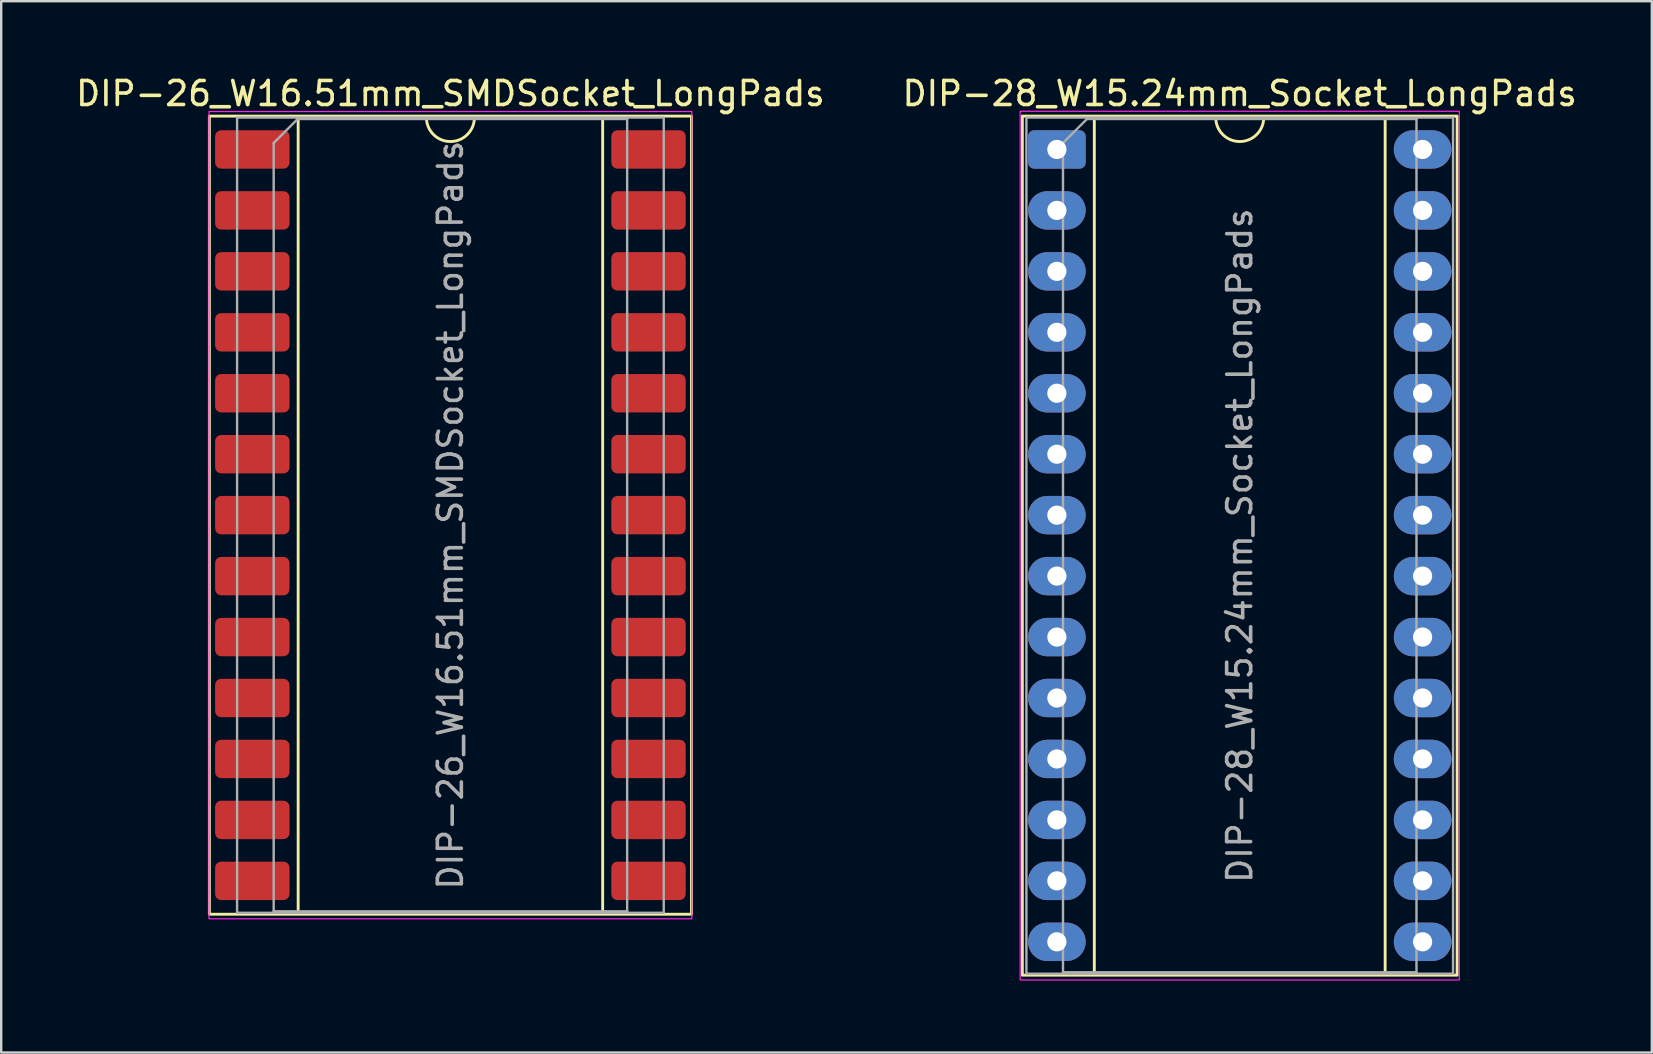
<source format=kicad_pcb>
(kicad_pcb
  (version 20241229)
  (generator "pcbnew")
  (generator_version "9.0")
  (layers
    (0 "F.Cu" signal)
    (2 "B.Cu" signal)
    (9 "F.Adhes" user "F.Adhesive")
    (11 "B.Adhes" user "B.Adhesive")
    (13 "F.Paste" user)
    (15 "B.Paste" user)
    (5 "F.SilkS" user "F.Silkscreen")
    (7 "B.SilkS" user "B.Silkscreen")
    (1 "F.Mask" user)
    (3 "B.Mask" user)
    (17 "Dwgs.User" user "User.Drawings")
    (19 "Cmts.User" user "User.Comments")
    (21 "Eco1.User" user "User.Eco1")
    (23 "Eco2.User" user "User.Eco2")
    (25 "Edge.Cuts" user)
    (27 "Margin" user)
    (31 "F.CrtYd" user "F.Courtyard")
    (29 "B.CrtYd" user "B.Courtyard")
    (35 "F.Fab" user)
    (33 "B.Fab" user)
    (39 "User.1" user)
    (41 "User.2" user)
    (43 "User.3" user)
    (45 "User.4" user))
  (footprint "DIP-28_W15.24mm_Socket_LongPads"
    (layer "F.Cu")
    (at 40.993 3.178)
    (property "Reference" "DIP-28_W15.24mm_Socket_LongPads" (at 7.62 -2.33 0) (layer "F.SilkS") (effects (font (size 1 1) (thickness 0.15))))
    (attr through_hole)
    (fp_line (start 1.56 -1.33) (end 1.56 34.35) (stroke (width 0.12) (type solid)) (layer "F.SilkS"))
    (fp_line (start 1.56 34.35) (end 13.68 34.35) (stroke (width 0.12) (type solid)) (layer "F.SilkS"))
    (fp_line (start 6.62 -1.33) (end 1.56 -1.33) (stroke (width 0.12) (type solid)) (layer "F.SilkS"))
    (fp_line (start 13.68 -1.33) (end 8.62 -1.33) (stroke (width 0.12) (type solid)) (layer "F.SilkS"))
    (fp_line (start 13.68 34.35) (end 13.68 -1.33) (stroke (width 0.12) (type solid)) (layer "F.SilkS"))
    (fp_rect (start -1.44 -1.39) (end 16.68 34.41) (stroke (width 0.12) (type solid)) (fill no) (layer "F.SilkS"))
    (fp_arc (start 8.62 -1.33) (mid 7.62 -0.33) (end 6.62 -1.33) (stroke (width 0.12) (type solid)) (layer "F.SilkS"))
    (fp_rect (start -1.53 -1.59) (end 16.77 34.61) (stroke (width 0.05) (type solid)) (fill no) (layer "F.CrtYd"))
    (fp_line (start 0.255 -0.27) (end 1.255 -1.27) (stroke (width 0.1) (type solid)) (layer "F.Fab"))
    (fp_line (start 0.255 34.29) (end 0.255 -0.27) (stroke (width 0.1) (type solid)) (layer "F.Fab"))
    (fp_line (start 1.255 -1.27) (end 14.985 -1.27) (stroke (width 0.1) (type solid)) (layer "F.Fab"))
    (fp_line (start 14.985 -1.27) (end 14.985 34.29) (stroke (width 0.1) (type solid)) (layer "F.Fab"))
    (fp_line (start 14.985 34.29) (end 0.255 34.29) (stroke (width 0.1) (type solid)) (layer "F.Fab"))
    (fp_rect (start -1.27 -1.33) (end 16.51 34.35) (stroke (width 0.1) (type solid)) (fill no) (layer "F.Fab"))
    (fp_text user "${REFERENCE}" (at 7.62 16.51 90) (layer "F.Fab") (effects (font (size 1 1) (thickness 0.15))))
    (pad "1" thru_hole roundrect (at 0 0) (size 2.4 1.6) (drill 0.8) (layers "*.Cu" "*.Mask") (roundrect_rratio 0.156))
    (pad "2" thru_hole oval (at 0 2.54) (size 2.4 1.6) (drill 0.8) (layers "*.Cu" "*.Mask"))
    (pad "3" thru_hole oval (at 0 5.08) (size 2.4 1.6) (drill 0.8) (layers "*.Cu" "*.Mask"))
    (pad "4" thru_hole oval (at 0 7.62) (size 2.4 1.6) (drill 0.8) (layers "*.Cu" "*.Mask"))
    (pad "5" thru_hole oval (at 0 10.16) (size 2.4 1.6) (drill 0.8) (layers "*.Cu" "*.Mask"))
    (pad "6" thru_hole oval (at 0 12.7) (size 2.4 1.6) (drill 0.8) (layers "*.Cu" "*.Mask"))
    (pad "7" thru_hole oval (at 0 15.24) (size 2.4 1.6) (drill 0.8) (layers "*.Cu" "*.Mask"))
    (pad "8" thru_hole oval (at 0 17.78) (size 2.4 1.6) (drill 0.8) (layers "*.Cu" "*.Mask"))
    (pad "9" thru_hole oval (at 0 20.32) (size 2.4 1.6) (drill 0.8) (layers "*.Cu" "*.Mask"))
    (pad "10" thru_hole oval (at 0 22.86) (size 2.4 1.6) (drill 0.8) (layers "*.Cu" "*.Mask"))
    (pad "11" thru_hole oval (at 0 25.4) (size 2.4 1.6) (drill 0.8) (layers "*.Cu" "*.Mask"))
    (pad "12" thru_hole oval (at 0 27.94) (size 2.4 1.6) (drill 0.8) (layers "*.Cu" "*.Mask"))
    (pad "13" thru_hole oval (at 0 30.48) (size 2.4 1.6) (drill 0.8) (layers "*.Cu" "*.Mask"))
    (pad "14" thru_hole oval (at 0 33.02) (size 2.4 1.6) (drill 0.8) (layers "*.Cu" "*.Mask"))
    (pad "15" thru_hole oval (at 15.24 33.02) (size 2.4 1.6) (drill 0.8) (layers "*.Cu" "*.Mask"))
    (pad "16" thru_hole oval (at 15.24 30.48) (size 2.4 1.6) (drill 0.8) (layers "*.Cu" "*.Mask"))
    (pad "17" thru_hole oval (at 15.24 27.94) (size 2.4 1.6) (drill 0.8) (layers "*.Cu" "*.Mask"))
    (pad "18" thru_hole oval (at 15.24 25.4) (size 2.4 1.6) (drill 0.8) (layers "*.Cu" "*.Mask"))
    (pad "19" thru_hole oval (at 15.24 22.86) (size 2.4 1.6) (drill 0.8) (layers "*.Cu" "*.Mask"))
    (pad "20" thru_hole oval (at 15.24 20.32) (size 2.4 1.6) (drill 0.8) (layers "*.Cu" "*.Mask"))
    (pad "21" thru_hole oval (at 15.24 17.78) (size 2.4 1.6) (drill 0.8) (layers "*.Cu" "*.Mask"))
    (pad "22" thru_hole oval (at 15.24 15.24) (size 2.4 1.6) (drill 0.8) (layers "*.Cu" "*.Mask"))
    (pad "23" thru_hole oval (at 15.24 12.7) (size 2.4 1.6) (drill 0.8) (layers "*.Cu" "*.Mask"))
    (pad "24" thru_hole oval (at 15.24 10.16) (size 2.4 1.6) (drill 0.8) (layers "*.Cu" "*.Mask"))
    (pad "25" thru_hole oval (at 15.24 7.62) (size 2.4 1.6) (drill 0.8) (layers "*.Cu" "*.Mask"))
    (pad "26" thru_hole oval (at 15.24 5.08) (size 2.4 1.6) (drill 0.8) (layers "*.Cu" "*.Mask"))
    (pad "27" thru_hole oval (at 15.24 2.54) (size 2.4 1.6) (drill 0.8) (layers "*.Cu" "*.Mask"))
    (pad "28" thru_hole oval (at 15.24 0) (size 2.4 1.6) (drill 0.8) (layers "*.Cu" "*.Mask")))
  (footprint "DIP-26_W16.51mm_SMDSocket_LongPads"
    (layer "F.Cu")
    (at 15.72 18.418)
    (property "Reference" "DIP-26_W16.51mm_SMDSocket_LongPads" (at 0 -17.57 0) (layer "F.SilkS") (effects (font (size 1 1) (thickness 0.15))))
    (attr smd)
    (fp_line (start -6.345 -16.57) (end -6.345 16.57) (stroke (width 0.12) (type solid)) (layer "F.SilkS"))
    (fp_line (start -6.345 16.57) (end 6.345 16.57) (stroke (width 0.12) (type solid)) (layer "F.SilkS"))
    (fp_line (start -1 -16.57) (end -6.345 -16.57) (stroke (width 0.12) (type solid)) (layer "F.SilkS"))
    (fp_line (start 6.345 -16.57) (end 1 -16.57) (stroke (width 0.12) (type solid)) (layer "F.SilkS"))
    (fp_line (start 6.345 16.57) (end 6.345 -16.57) (stroke (width 0.12) (type solid)) (layer "F.SilkS"))
    (fp_rect (start -10.045 -16.63) (end 10.045 16.63) (stroke (width 0.12) (type solid)) (fill no) (layer "F.SilkS"))
    (fp_arc (start 1 -16.57) (mid 0 -15.57) (end -1 -16.57) (stroke (width 0.12) (type solid)) (layer "F.SilkS"))
    (fp_rect (start -10.06 -16.82) (end 10.06 16.82) (stroke (width 0.05) (type solid)) (fill no) (layer "F.CrtYd"))
    (fp_line (start -7.365 -15.51) (end -6.365 -16.51) (stroke (width 0.1) (type solid)) (layer "F.Fab"))
    (fp_line (start -7.365 16.51) (end -7.365 -15.51) (stroke (width 0.1) (type solid)) (layer "F.Fab"))
    (fp_line (start -6.365 -16.51) (end 7.365 -16.51) (stroke (width 0.1) (type solid)) (layer "F.Fab"))
    (fp_line (start 7.365 -16.51) (end 7.365 16.51) (stroke (width 0.1) (type solid)) (layer "F.Fab"))
    (fp_line (start 7.365 16.51) (end -7.365 16.51) (stroke (width 0.1) (type solid)) (layer "F.Fab"))
    (fp_rect (start -8.89 -16.57) (end 8.89 16.57) (stroke (width 0.1) (type solid)) (fill no) (layer "F.Fab"))
    (fp_text user "${REFERENCE}" (at 0 0 90) (layer "F.Fab") (effects (font (size 1 1) (thickness 0.15))))
    (pad "1" smd roundrect (at -8.255 -15.24) (size 3.1 1.6) (layers "F.Cu" "F.Mask" "F.Paste") (roundrect_rratio 0.156))
    (pad "2" smd roundrect (at -8.255 -12.7) (size 3.1 1.6) (layers "F.Cu" "F.Mask" "F.Paste") (roundrect_rratio 0.156))
    (pad "3" smd roundrect (at -8.255 -10.16) (size 3.1 1.6) (layers "F.Cu" "F.Mask" "F.Paste") (roundrect_rratio 0.156))
    (pad "4" smd roundrect (at -8.255 -7.62) (size 3.1 1.6) (layers "F.Cu" "F.Mask" "F.Paste") (roundrect_rratio 0.156))
    (pad "5" smd roundrect (at -8.255 -5.08) (size 3.1 1.6) (layers "F.Cu" "F.Mask" "F.Paste") (roundrect_rratio 0.156))
    (pad "6" smd roundrect (at -8.255 -2.54) (size 3.1 1.6) (layers "F.Cu" "F.Mask" "F.Paste") (roundrect_rratio 0.156))
    (pad "7" smd roundrect (at -8.255 0) (size 3.1 1.6) (layers "F.Cu" "F.Mask" "F.Paste") (roundrect_rratio 0.156))
    (pad "8" smd roundrect (at -8.255 2.54) (size 3.1 1.6) (layers "F.Cu" "F.Mask" "F.Paste") (roundrect_rratio 0.156))
    (pad "9" smd roundrect (at -8.255 5.08) (size 3.1 1.6) (layers "F.Cu" "F.Mask" "F.Paste") (roundrect_rratio 0.156))
    (pad "10" smd roundrect (at -8.255 7.62) (size 3.1 1.6) (layers "F.Cu" "F.Mask" "F.Paste") (roundrect_rratio 0.156))
    (pad "11" smd roundrect (at -8.255 10.16) (size 3.1 1.6) (layers "F.Cu" "F.Mask" "F.Paste") (roundrect_rratio 0.156))
    (pad "12" smd roundrect (at -8.255 12.7) (size 3.1 1.6) (layers "F.Cu" "F.Mask" "F.Paste") (roundrect_rratio 0.156))
    (pad "13" smd roundrect (at -8.255 15.24) (size 3.1 1.6) (layers "F.Cu" "F.Mask" "F.Paste") (roundrect_rratio 0.156))
    (pad "14" smd roundrect (at 8.255 15.24) (size 3.1 1.6) (layers "F.Cu" "F.Mask" "F.Paste") (roundrect_rratio 0.156))
    (pad "15" smd roundrect (at 8.255 12.7) (size 3.1 1.6) (layers "F.Cu" "F.Mask" "F.Paste") (roundrect_rratio 0.156))
    (pad "16" smd roundrect (at 8.255 10.16) (size 3.1 1.6) (layers "F.Cu" "F.Mask" "F.Paste") (roundrect_rratio 0.156))
    (pad "17" smd roundrect (at 8.255 7.62) (size 3.1 1.6) (layers "F.Cu" "F.Mask" "F.Paste") (roundrect_rratio 0.156))
    (pad "18" smd roundrect (at 8.255 5.08) (size 3.1 1.6) (layers "F.Cu" "F.Mask" "F.Paste") (roundrect_rratio 0.156))
    (pad "19" smd roundrect (at 8.255 2.54) (size 3.1 1.6) (layers "F.Cu" "F.Mask" "F.Paste") (roundrect_rratio 0.156))
    (pad "20" smd roundrect (at 8.255 0) (size 3.1 1.6) (layers "F.Cu" "F.Mask" "F.Paste") (roundrect_rratio 0.156))
    (pad "21" smd roundrect (at 8.255 -2.54) (size 3.1 1.6) (layers "F.Cu" "F.Mask" "F.Paste") (roundrect_rratio 0.156))
    (pad "22" smd roundrect (at 8.255 -5.08) (size 3.1 1.6) (layers "F.Cu" "F.Mask" "F.Paste") (roundrect_rratio 0.156))
    (pad "23" smd roundrect (at 8.255 -7.62) (size 3.1 1.6) (layers "F.Cu" "F.Mask" "F.Paste") (roundrect_rratio 0.156))
    (pad "24" smd roundrect (at 8.255 -10.16) (size 3.1 1.6) (layers "F.Cu" "F.Mask" "F.Paste") (roundrect_rratio 0.156))
    (pad "25" smd roundrect (at 8.255 -12.7) (size 3.1 1.6) (layers "F.Cu" "F.Mask" "F.Paste") (roundrect_rratio 0.156))
    (pad "26" smd roundrect (at 8.255 -15.24) (size 3.1 1.6) (layers "F.Cu" "F.Mask" "F.Paste") (roundrect_rratio 0.156)))
  (gr_rect
    (start -3 -3)
    (end 65.786 40.813)
    (stroke (width 0.1) (type default))
    (fill no)
    (layer "Edge.Cuts")))
</source>
